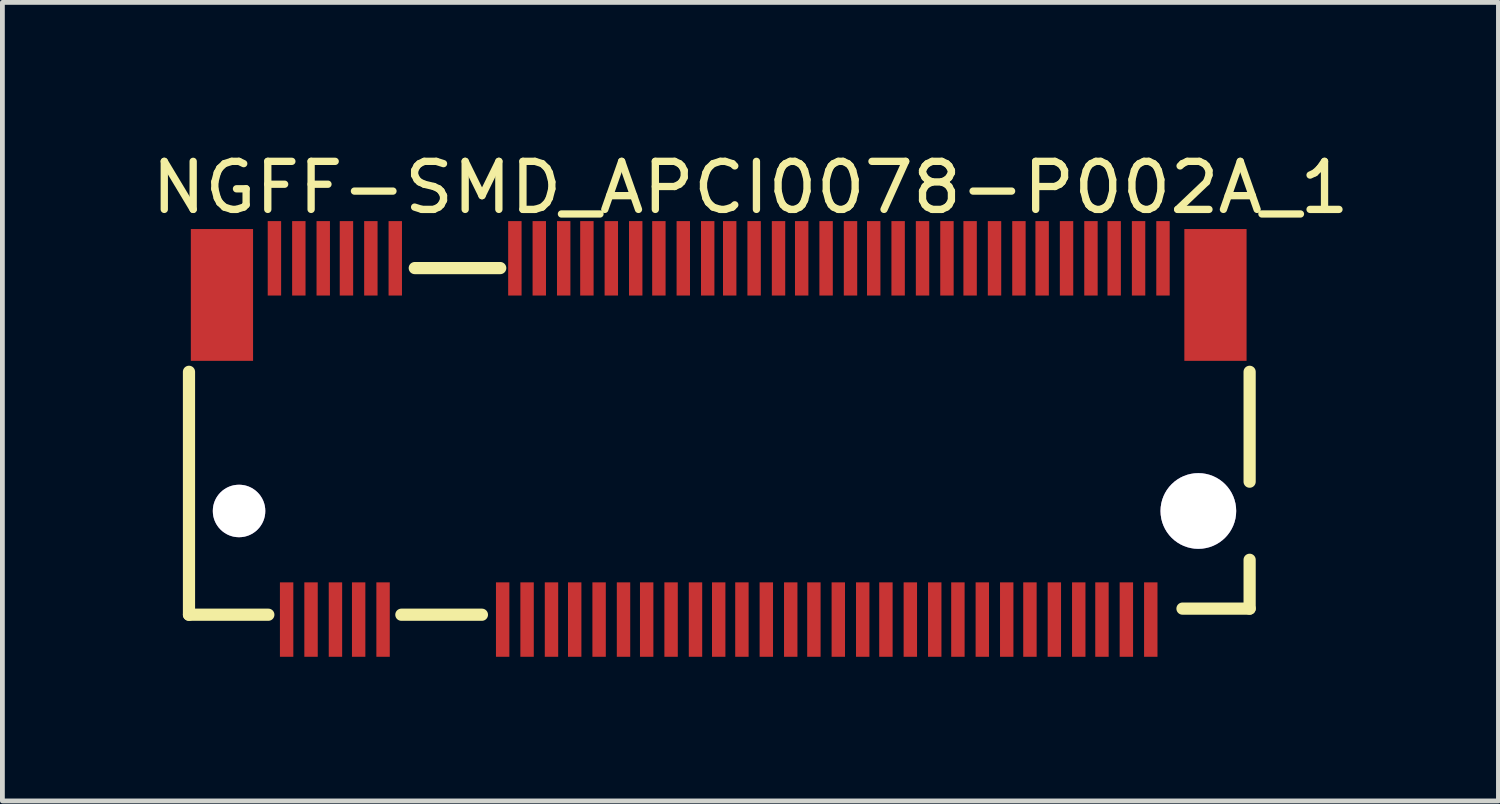
<source format=kicad_pcb>
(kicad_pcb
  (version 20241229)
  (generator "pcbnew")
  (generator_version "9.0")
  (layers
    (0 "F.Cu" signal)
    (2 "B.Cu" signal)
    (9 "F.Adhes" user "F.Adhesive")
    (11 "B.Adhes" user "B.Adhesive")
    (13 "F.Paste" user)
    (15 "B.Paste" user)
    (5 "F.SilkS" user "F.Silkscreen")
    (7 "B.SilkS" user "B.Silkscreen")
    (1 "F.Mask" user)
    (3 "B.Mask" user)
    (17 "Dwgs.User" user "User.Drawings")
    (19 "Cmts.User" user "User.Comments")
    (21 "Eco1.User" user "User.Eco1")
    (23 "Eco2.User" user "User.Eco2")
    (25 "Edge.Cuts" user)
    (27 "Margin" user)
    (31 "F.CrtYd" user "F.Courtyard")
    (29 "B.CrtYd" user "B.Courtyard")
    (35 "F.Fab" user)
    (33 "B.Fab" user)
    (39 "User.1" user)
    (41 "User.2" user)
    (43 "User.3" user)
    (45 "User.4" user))
  (footprint "NGFF-SMD_APCI0078-P002A_1"
    (layer "F.Cu")
    (at 11.907 6.085)
    (property "Reference" "NGFF-SMD_APCI0078-P002A_1" (at 0.66 -5.232 0) (unlocked yes) (layer "F.SilkS") (effects (font (size 1 1.052) (thickness 0.152))))
    (attr smd)
    (fp_line (start -11.024 3.658) (end -11.024 -1.397) (stroke (width 0.254) (type solid)) (layer "F.SilkS"))
    (fp_line (start -11.024 3.658) (end -9.373 3.658) (stroke (width 0.254) (type solid)) (layer "F.SilkS"))
    (fp_line (start -6.604 3.658) (end -4.928 3.658) (stroke (width 0.254) (type solid)) (layer "F.SilkS"))
    (fp_line (start -6.325 -3.556) (end -4.547 -3.556) (stroke (width 0.254) (type solid)) (layer "F.SilkS"))
    (fp_line (start 9.652 3.531) (end 11.049 3.531) (stroke (width 0.254) (type solid)) (layer "F.SilkS"))
    (fp_line (start 11.049 0.889) (end 11.049 -1.397) (stroke (width 0.254) (type solid)) (layer "F.SilkS"))
    (fp_line (start 11.049 3.531) (end 11.049 2.515) (stroke (width 0.254) (type solid)) (layer "F.SilkS"))
    (pad "1" smd rect (at -9.246 -3.759) (size 0.279 1.549) (layers "F.Cu" "F.Mask" "F.Paste"))
    (pad "2" smd rect (at -8.992 3.759) (size 0.279 1.549) (layers "F.Cu" "F.Mask" "F.Paste"))
    (pad "3" smd rect (at -8.738 -3.759) (size 0.279 1.549) (layers "F.Cu" "F.Mask" "F.Paste"))
    (pad "4" smd rect (at -8.484 3.759) (size 0.279 1.549) (layers "F.Cu" "F.Mask" "F.Paste"))
    (pad "5" smd rect (at -8.23 -3.759) (size 0.279 1.549) (layers "F.Cu" "F.Mask" "F.Paste"))
    (pad "6" smd rect (at -7.976 3.759) (size 0.279 1.549) (layers "F.Cu" "F.Mask" "F.Paste"))
    (pad "7" smd rect (at -7.747 -3.759) (size 0.279 1.549) (layers "F.Cu" "F.Mask" "F.Paste"))
    (pad "8" smd rect (at -7.493 3.759) (size 0.279 1.549) (layers "F.Cu" "F.Mask" "F.Paste"))
    (pad "9" smd rect (at -7.239 -3.759) (size 0.279 1.549) (layers "F.Cu" "F.Mask" "F.Paste"))
    (pad "10" smd rect (at -6.985 3.759) (size 0.279 1.549) (layers "F.Cu" "F.Mask" "F.Paste"))
    (pad "11" smd rect (at -6.731 -3.759) (size 0.279 1.549) (layers "F.Cu" "F.Mask" "F.Paste"))
    (pad "20" smd rect (at -4.496 3.759) (size 0.279 1.549) (layers "F.Cu" "F.Mask" "F.Paste"))
    (pad "21" smd rect (at -4.242 -3.759) (size 0.279 1.549) (layers "F.Cu" "F.Mask" "F.Paste"))
    (pad "22" smd rect (at -3.988 3.759) (size 0.279 1.549) (layers "F.Cu" "F.Mask" "F.Paste"))
    (pad "23" smd rect (at -3.734 -3.759) (size 0.279 1.549) (layers "F.Cu" "F.Mask" "F.Paste"))
    (pad "24" smd rect (at -3.48 3.759) (size 0.279 1.549) (layers "F.Cu" "F.Mask" "F.Paste"))
    (pad "25" smd rect (at -3.226 -3.759) (size 0.279 1.549) (layers "F.Cu" "F.Mask" "F.Paste"))
    (pad "26" smd rect (at -2.997 3.759) (size 0.279 1.549) (layers "F.Cu" "F.Mask" "F.Paste"))
    (pad "27" smd rect (at -2.743 -3.759) (size 0.279 1.549) (layers "F.Cu" "F.Mask" "F.Paste"))
    (pad "28" smd rect (at -2.489 3.759) (size 0.279 1.549) (layers "F.Cu" "F.Mask" "F.Paste"))
    (pad "29" smd rect (at -2.235 -3.759) (size 0.279 1.549) (layers "F.Cu" "F.Mask" "F.Paste"))
    (pad "30" smd rect (at -1.981 3.759) (size 0.279 1.549) (layers "F.Cu" "F.Mask" "F.Paste"))
    (pad "31" smd rect (at -1.727 -3.759) (size 0.279 1.549) (layers "F.Cu" "F.Mask" "F.Paste"))
    (pad "32" smd rect (at -1.499 3.759) (size 0.279 1.549) (layers "F.Cu" "F.Mask" "F.Paste"))
    (pad "33" smd rect (at -1.245 -3.759) (size 0.279 1.549) (layers "F.Cu" "F.Mask" "F.Paste"))
    (pad "34" smd rect (at -0.991 3.759) (size 0.279 1.549) (layers "F.Cu" "F.Mask" "F.Paste"))
    (pad "35" smd rect (at -0.737 -3.759) (size 0.279 1.549) (layers "F.Cu" "F.Mask" "F.Paste"))
    (pad "36" smd rect (at -0.483 3.759) (size 0.279 1.549) (layers "F.Cu" "F.Mask" "F.Paste"))
    (pad "37" smd rect (at -0.229 -3.759) (size 0.279 1.549) (layers "F.Cu" "F.Mask" "F.Paste"))
    (pad "38" smd rect (at 0 3.759) (size 0.279 1.549) (layers "F.Cu" "F.Mask" "F.Paste"))
    (pad "39" smd rect (at 0.229 -3.759) (size 0.279 1.549) (layers "F.Cu" "F.Mask" "F.Paste"))
    (pad "40" smd rect (at 0.483 3.759) (size 0.279 1.549) (layers "F.Cu" "F.Mask" "F.Paste"))
    (pad "41" smd rect (at 0.737 -3.759) (size 0.279 1.549) (layers "F.Cu" "F.Mask" "F.Paste"))
    (pad "42" smd rect (at 0.991 3.759) (size 0.279 1.549) (layers "F.Cu" "F.Mask" "F.Paste"))
    (pad "43" smd rect (at 1.245 -3.759) (size 0.279 1.549) (layers "F.Cu" "F.Mask" "F.Paste"))
    (pad "44" smd rect (at 1.499 3.759) (size 0.279 1.549) (layers "F.Cu" "F.Mask" "F.Paste"))
    (pad "45" smd rect (at 1.727 -3.759) (size 0.279 1.549) (layers "F.Cu" "F.Mask" "F.Paste"))
    (pad "46" smd rect (at 1.981 3.759) (size 0.279 1.549) (layers "F.Cu" "F.Mask" "F.Paste"))
    (pad "47" smd rect (at 2.235 -3.759) (size 0.279 1.549) (layers "F.Cu" "F.Mask" "F.Paste"))
    (pad "48" smd rect (at 2.489 3.759) (size 0.279 1.549) (layers "F.Cu" "F.Mask" "F.Paste"))
    (pad "49" smd rect (at 2.743 -3.759) (size 0.279 1.549) (layers "F.Cu" "F.Mask" "F.Paste"))
    (pad "50" smd rect (at 2.997 3.759) (size 0.279 1.549) (layers "F.Cu" "F.Mask" "F.Paste"))
    (pad "51" smd rect (at 3.226 -3.759) (size 0.279 1.549) (layers "F.Cu" "F.Mask" "F.Paste"))
    (pad "52" smd rect (at 3.48 3.759) (size 0.279 1.549) (layers "F.Cu" "F.Mask" "F.Paste"))
    (pad "53" smd rect (at 3.734 -3.759) (size 0.279 1.549) (layers "F.Cu" "F.Mask" "F.Paste"))
    (pad "54" smd rect (at 3.988 3.759) (size 0.279 1.549) (layers "F.Cu" "F.Mask" "F.Paste"))
    (pad "55" smd rect (at 4.242 -3.759) (size 0.279 1.549) (layers "F.Cu" "F.Mask" "F.Paste"))
    (pad "56" smd rect (at 4.496 3.759) (size 0.279 1.549) (layers "F.Cu" "F.Mask" "F.Paste"))
    (pad "57" smd rect (at 4.75 -3.759) (size 0.279 1.549) (layers "F.Cu" "F.Mask" "F.Paste"))
    (pad "58" smd rect (at 4.978 3.759) (size 0.279 1.549) (layers "F.Cu" "F.Mask" "F.Paste"))
    (pad "59" smd rect (at 5.232 -3.759) (size 0.279 1.549) (layers "F.Cu" "F.Mask" "F.Paste"))
    (pad "60" smd rect (at 5.486 3.759) (size 0.279 1.549) (layers "F.Cu" "F.Mask" "F.Paste"))
    (pad "61" smd rect (at 5.74 -3.759) (size 0.279 1.549) (layers "F.Cu" "F.Mask" "F.Paste"))
    (pad "62" smd rect (at 5.994 3.759) (size 0.279 1.549) (layers "F.Cu" "F.Mask" "F.Paste"))
    (pad "63" smd rect (at 6.248 -3.759) (size 0.279 1.549) (layers "F.Cu" "F.Mask" "F.Paste"))
    (pad "64" smd rect (at 6.477 3.759) (size 0.279 1.549) (layers "F.Cu" "F.Mask" "F.Paste"))
    (pad "65" smd rect (at 6.731 -3.759) (size 0.279 1.549) (layers "F.Cu" "F.Mask" "F.Paste"))
    (pad "66" smd rect (at 6.985 3.759) (size 0.279 1.549) (layers "F.Cu" "F.Mask" "F.Paste"))
    (pad "67" smd rect (at 7.239 -3.759) (size 0.279 1.549) (layers "F.Cu" "F.Mask" "F.Paste"))
    (pad "68" smd rect (at 7.493 3.759) (size 0.279 1.549) (layers "F.Cu" "F.Mask" "F.Paste"))
    (pad "69" smd rect (at 7.747 -3.759) (size 0.279 1.549) (layers "F.Cu" "F.Mask" "F.Paste"))
    (pad "70" smd rect (at 7.976 3.759) (size 0.279 1.549) (layers "F.Cu" "F.Mask" "F.Paste"))
    (pad "71" smd rect (at 8.23 -3.759) (size 0.279 1.549) (layers "F.Cu" "F.Mask" "F.Paste"))
    (pad "72" smd rect (at 8.484 3.759) (size 0.279 1.549) (layers "F.Cu" "F.Mask" "F.Paste"))
    (pad "73" smd rect (at 8.738 -3.759) (size 0.279 1.549) (layers "F.Cu" "F.Mask" "F.Paste"))
    (pad "74" smd rect (at 8.992 3.759) (size 0.279 1.549) (layers "F.Cu" "F.Mask" "F.Paste"))
    (pad "75" smd rect (at 9.246 -3.759) (size 0.279 1.549) (layers "F.Cu" "F.Mask" "F.Paste"))
    (pad "76" smd rect (at -10.338 -2.997) (size 1.295 2.743) (layers "F.Cu" "F.Mask" "F.Paste"))
    (pad "77" smd rect (at 10.338 -2.997) (size 1.295 2.743) (layers "F.Cu" "F.Mask" "F.Paste"))
    (pad "A71" thru_hole circle (at -9.982 1.499) (size 1.092 1.092) (drill 1.092) (layers "*.Cu" "*.Mask"))
    (pad "_1" thru_hole circle (at 9.982 1.499) (size 1.575 1.575) (drill 1.575) (layers "*.Cu" "*.Mask")))
  (gr_rect
    (start -3 -3)
    (end 28.134 13.619)
    (stroke (width 0.1) (type default))
    (fill no)
    (layer "Edge.Cuts")))
</source>
